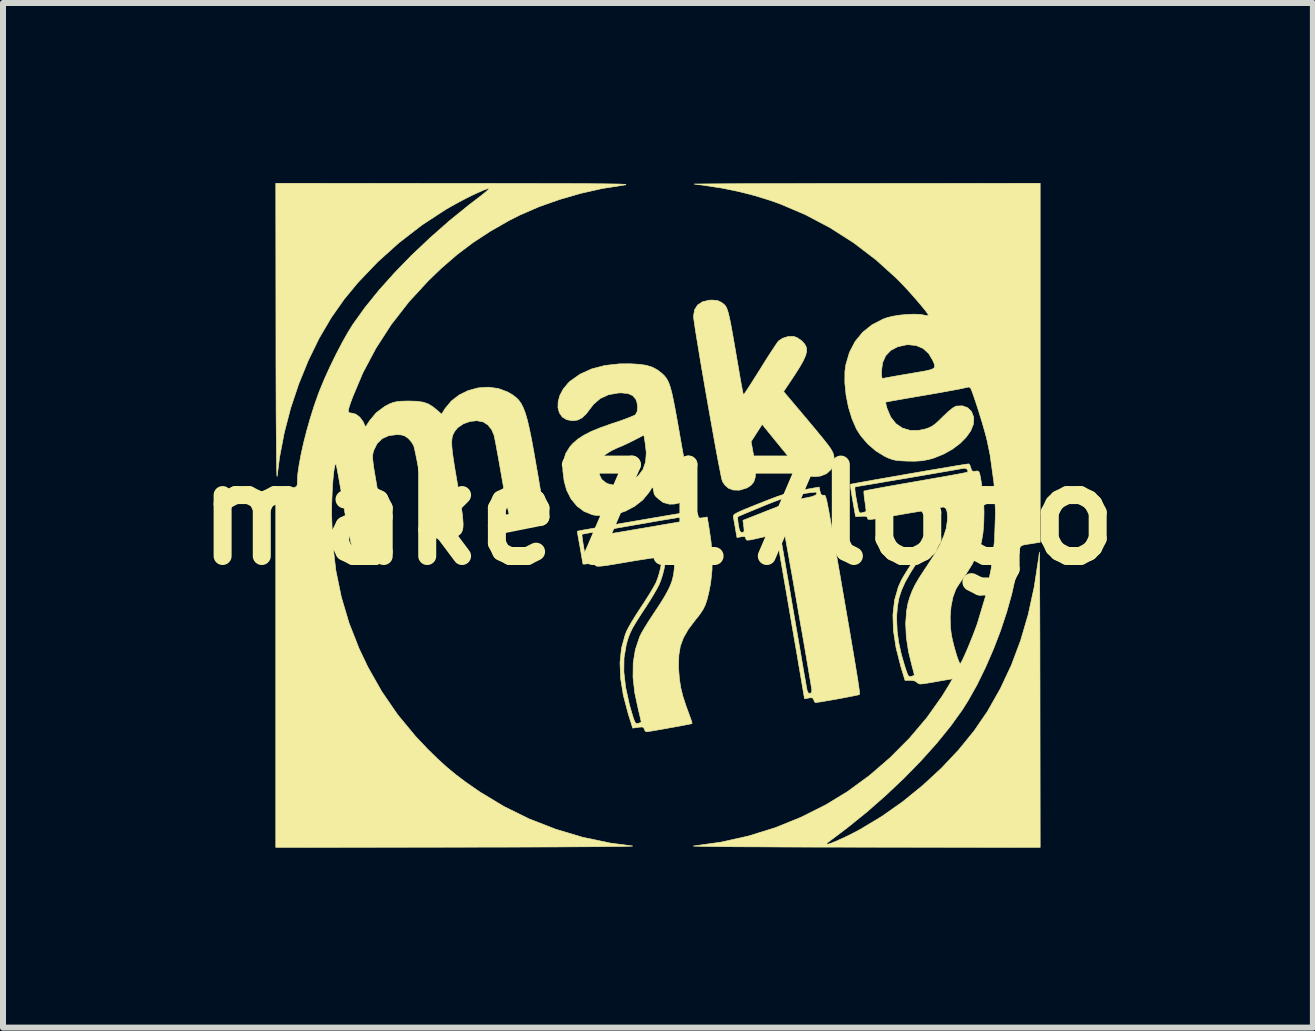
<source format=kicad_pcb>
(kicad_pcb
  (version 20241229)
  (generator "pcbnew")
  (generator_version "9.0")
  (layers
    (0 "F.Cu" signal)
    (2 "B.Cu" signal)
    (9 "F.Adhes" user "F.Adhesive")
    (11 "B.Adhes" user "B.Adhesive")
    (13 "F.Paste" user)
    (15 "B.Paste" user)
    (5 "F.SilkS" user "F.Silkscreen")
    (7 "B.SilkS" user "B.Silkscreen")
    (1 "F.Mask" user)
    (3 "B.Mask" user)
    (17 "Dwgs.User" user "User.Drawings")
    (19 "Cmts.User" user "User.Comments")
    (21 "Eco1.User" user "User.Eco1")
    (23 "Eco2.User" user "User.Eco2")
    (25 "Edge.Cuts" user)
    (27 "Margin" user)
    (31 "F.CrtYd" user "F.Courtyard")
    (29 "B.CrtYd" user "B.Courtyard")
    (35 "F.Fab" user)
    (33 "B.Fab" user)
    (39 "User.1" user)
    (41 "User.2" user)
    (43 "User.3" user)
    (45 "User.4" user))
  (footprint "make717logo"
    (layer "F.Cu")
    (at 7.918 5.529)
    (property "Reference" "make717logo" (at 0 0 0) (layer "F.SilkS") (effects (font (size 1.524 1.524) (thickness 0.3))))
    (attr through_hole)
    (fp_poly (pts (xy 0.996 -3.568) (xy 1.062 -3.536) (xy 1.066 -3.533) (xy 1.089 -3.515) (xy 1.109 -3.498) (xy 1.126 -3.478) (xy 1.142 -3.452) (xy 1.156 -3.415) (xy 1.172 -3.365) (xy 1.188 -3.298) (xy 1.207 -3.211) (xy 1.228 -3.098) (xy 1.253 -2.958) (xy 1.283 -2.787) (xy 1.318 -2.58) (xy 1.354 -2.373) (xy 1.374 -2.254) (xy 1.393 -2.15) (xy 1.409 -2.068) (xy 1.42 -2.015) (xy 1.425 -1.997) (xy 1.437 -2.012) (xy 1.469 -2.058) (xy 1.517 -2.131) (xy 1.577 -2.225) (xy 1.647 -2.336) (xy 1.699 -2.418) (xy 1.776 -2.542) (xy 1.848 -2.655) (xy 1.912 -2.753) (xy 1.963 -2.83) (xy 1.997 -2.879) (xy 2.009 -2.894) (xy 2.077 -2.94) (xy 2.165 -2.968) (xy 2.255 -2.972) (xy 2.269 -2.97) (xy 2.323 -2.948) (xy 2.384 -2.906) (xy 2.404 -2.889) (xy 2.448 -2.84) (xy 2.473 -2.789) (xy 2.479 -2.73) (xy 2.464 -2.66) (xy 2.426 -2.573) (xy 2.365 -2.464) (xy 2.279 -2.329) (xy 2.24 -2.27) (xy 2.094 -2.052) (xy 2.46 -1.618) (xy 2.585 -1.469) (xy 2.685 -1.348) (xy 2.764 -1.252) (xy 2.823 -1.177) (xy 2.867 -1.118) (xy 2.896 -1.071) (xy 2.915 -1.034) (xy 2.927 -1.001) (xy 2.933 -0.969) (xy 2.935 -0.948) (xy 2.927 -0.841) (xy 2.884 -0.751) (xy 2.81 -0.684) (xy 2.711 -0.644) (xy 2.63 -0.635) (xy 2.557 -0.639) (xy 2.494 -0.656) (xy 2.434 -0.689) (xy 2.37 -0.743) (xy 2.295 -0.823) (xy 2.211 -0.924) (xy 2.126 -1.028) (xy 2.034 -1.14) (xy 1.948 -1.245) (xy 1.88 -1.329) (xy 1.737 -1.505) (xy 1.644 -1.361) (xy 1.552 -1.217) (xy 1.591 -1.005) (xy 1.616 -0.845) (xy 1.627 -0.719) (xy 1.621 -0.622) (xy 1.598 -0.549) (xy 1.556 -0.495) (xy 1.496 -0.453) (xy 1.475 -0.443) (xy 1.358 -0.408) (xy 1.251 -0.411) (xy 1.173 -0.442) (xy 1.118 -0.49) (xy 1.076 -0.551) (xy 1.075 -0.553) (xy 1.065 -0.586) (xy 1.05 -0.655) (xy 1.03 -0.758) (xy 1.004 -0.89) (xy 0.975 -1.045) (xy 0.943 -1.221) (xy 0.909 -1.412) (xy 0.873 -1.614) (xy 0.836 -1.823) (xy 0.799 -2.034) (xy 0.763 -2.243) (xy 0.728 -2.445) (xy 0.696 -2.637) (xy 0.667 -2.813) (xy 0.641 -2.97) (xy 0.62 -3.102) (xy 0.605 -3.207) (xy 0.595 -3.278) (xy 0.593 -3.31) (xy 0.61 -3.415) (xy 0.661 -3.495) (xy 0.744 -3.549) (xy 0.856 -3.575) (xy 0.905 -3.577) (xy 0.996 -3.568)) (stroke (width 0.01) (type solid)) (fill yes) (layer "F.SilkS"))
    (fp_poly (pts (xy -0.309 -2.506) (xy -0.193 -2.489) (xy -0.099 -2.46) (xy -0.017 -2.418) (xy 0.061 -2.358) (xy 0.068 -2.352) (xy 0.103 -2.319) (xy 0.133 -2.283) (xy 0.16 -2.24) (xy 0.185 -2.185) (xy 0.208 -2.115) (xy 0.232 -2.025) (xy 0.257 -1.91) (xy 0.285 -1.767) (xy 0.317 -1.591) (xy 0.355 -1.377) (xy 0.357 -1.362) (xy 0.388 -1.187) (xy 0.417 -1.025) (xy 0.444 -0.878) (xy 0.467 -0.753) (xy 0.486 -0.656) (xy 0.5 -0.59) (xy 0.507 -0.563) (xy 0.525 -0.485) (xy 0.527 -0.399) (xy 0.515 -0.322) (xy 0.497 -0.282) (xy 0.444 -0.235) (xy 0.365 -0.199) (xy 0.275 -0.177) (xy 0.19 -0.175) (xy 0.087 -0.203) (xy 0.012 -0.26) (xy -0.045 -0.351) (xy -0.049 -0.361) (xy -0.092 -0.463) (xy -0.148 -0.374) (xy -0.252 -0.247) (xy -0.387 -0.141) (xy -0.543 -0.059) (xy -0.711 -0.004) (xy -0.885 0.02) (xy -1.054 0.009) (xy -1.094 0.001) (xy -1.23 -0.053) (xy -1.349 -0.142) (xy -1.448 -0.262) (xy -1.522 -0.408) (xy -1.564 -0.56) (xy -1.586 -0.737) (xy -1.58 -0.845) (xy -0.994 -0.845) (xy -0.992 -0.778) (xy -0.991 -0.764) (xy -0.974 -0.661) (xy -0.938 -0.588) (xy -0.875 -0.536) (xy -0.836 -0.515) (xy -0.747 -0.494) (xy -0.638 -0.499) (xy -0.524 -0.528) (xy -0.438 -0.567) (xy -0.327 -0.649) (xy -0.25 -0.753) (xy -0.206 -0.88) (xy -0.195 -1.033) (xy -0.211 -1.179) (xy -0.235 -1.327) (xy -0.388 -1.247) (xy -0.486 -1.198) (xy -0.594 -1.148) (xy -0.685 -1.11) (xy -0.779 -1.065) (xy -0.867 -1.01) (xy -0.915 -0.971) (xy -0.962 -0.925) (xy -0.987 -0.888) (xy -0.994 -0.845) (xy -1.58 -0.845) (xy -1.577 -0.888) (xy -1.538 -1.018) (xy -1.467 -1.133) (xy -1.417 -1.188) (xy -1.337 -1.258) (xy -1.237 -1.323) (xy -1.115 -1.386) (xy -0.962 -1.449) (xy -0.775 -1.515) (xy -0.72 -1.533) (xy -0.61 -1.57) (xy -0.512 -1.606) (xy -0.435 -1.637) (xy -0.386 -1.659) (xy -0.376 -1.666) (xy -0.348 -1.716) (xy -0.339 -1.788) (xy -0.349 -1.867) (xy -0.369 -1.924) (xy -0.42 -1.984) (xy -0.499 -2.019) (xy -0.609 -2.03) (xy -0.662 -2.028) (xy -0.824 -2) (xy -0.96 -1.938) (xy -1.074 -1.84) (xy -1.122 -1.778) (xy -1.198 -1.678) (xy -1.268 -1.613) (xy -1.339 -1.577) (xy -1.42 -1.566) (xy -1.422 -1.566) (xy -1.521 -1.583) (xy -1.595 -1.628) (xy -1.643 -1.697) (xy -1.667 -1.783) (xy -1.664 -1.881) (xy -1.636 -1.986) (xy -1.58 -2.092) (xy -1.498 -2.192) (xy -1.465 -2.224) (xy -1.3 -2.341) (xy -1.106 -2.429) (xy -0.885 -2.487) (xy -0.639 -2.514) (xy -0.458 -2.515) (xy -0.309 -2.506)) (stroke (width 0.01) (type solid)) (fill yes) (layer "F.SilkS"))
    (fp_poly (pts (xy 2.701 -0.389) (xy 2.716 -0.34) (xy 2.742 -0.323) (xy 2.758 -0.323) (xy 2.767 -0.325) (xy 2.774 -0.325) (xy 2.782 -0.322) (xy 2.789 -0.312) (xy 2.797 -0.292) (xy 2.806 -0.26) (xy 2.818 -0.212) (xy 2.831 -0.145) (xy 2.848 -0.058) (xy 2.868 0.054) (xy 2.893 0.193) (xy 2.922 0.362) (xy 2.957 0.564) (xy 2.998 0.801) (xy 3.046 1.077) (xy 3.048 1.09) (xy 3.105 1.42) (xy 3.155 1.711) (xy 3.199 1.965) (xy 3.236 2.185) (xy 3.268 2.372) (xy 3.294 2.529) (xy 3.315 2.659) (xy 3.332 2.764) (xy 3.344 2.846) (xy 3.353 2.908) (xy 3.358 2.951) (xy 3.361 2.98) (xy 3.36 2.994) (xy 3.359 2.998) (xy 3.336 3.005) (xy 3.28 3.017) (xy 3.198 3.033) (xy 3.1 3.052) (xy 2.993 3.072) (xy 2.885 3.091) (xy 2.786 3.108) (xy 2.703 3.122) (xy 2.644 3.13) (xy 2.622 3.132) (xy 2.607 3.115) (xy 2.597 3.088) (xy 2.582 3.058) (xy 2.551 3.051) (xy 2.514 3.056) (xy 2.443 3.069) (xy 2.406 2.852) (xy 2.38 2.698) (xy 2.35 2.523) (xy 2.318 2.333) (xy 2.283 2.131) (xy 2.247 1.922) (xy 2.211 1.71) (xy 2.175 1.5) (xy 2.14 1.295) (xy 2.106 1.101) (xy 2.075 0.92) (xy 2.047 0.758) (xy 2.023 0.618) (xy 2.003 0.505) (xy 1.989 0.423) (xy 1.981 0.377) (xy 1.979 0.369) (xy 1.976 0.352) (xy 2.041 0.352) (xy 2.042 0.365) (xy 2.047 0.394) (xy 2.059 0.461) (xy 2.077 0.562) (xy 2.1 0.693) (xy 2.127 0.851) (xy 2.158 1.032) (xy 2.193 1.231) (xy 2.229 1.446) (xy 2.264 1.651) (xy 2.303 1.876) (xy 2.34 2.089) (xy 2.374 2.287) (xy 2.404 2.466) (xy 2.431 2.622) (xy 2.454 2.751) (xy 2.471 2.849) (xy 2.483 2.913) (xy 2.488 2.938) (xy 2.509 2.976) (xy 2.539 2.981) (xy 2.561 2.958) (xy 2.565 2.92) (xy 2.557 2.874) (xy 2.544 2.793) (xy 2.525 2.682) (xy 2.502 2.544) (xy 2.475 2.385) (xy 2.445 2.209) (xy 2.412 2.02) (xy 2.377 1.822) (xy 2.342 1.62) (xy 2.307 1.417) (xy 2.272 1.219) (xy 2.239 1.029) (xy 2.207 0.852) (xy 2.179 0.693) (xy 2.154 0.554) (xy 2.134 0.442) (xy 2.119 0.359) (xy 2.11 0.312) (xy 2.107 0.301) (xy 2.079 0.294) (xy 2.052 0.316) (xy 2.041 0.352) (xy 1.976 0.352) (xy 1.969 0.324) (xy 1.72 0.381) (xy 1.615 0.405) (xy 1.545 0.42) (xy 1.501 0.425) (xy 1.478 0.423) (xy 1.468 0.412) (xy 1.464 0.397) (xy 1.452 0.37) (xy 1.421 0.364) (xy 1.387 0.369) (xy 1.317 0.382) (xy 1.292 0.239) (xy 1.278 0.157) (xy 1.265 0.085) (xy 1.26 0.056) (xy 1.328 0.056) (xy 1.332 0.109) (xy 1.34 0.168) (xy 1.354 0.241) (xy 1.369 0.28) (xy 1.39 0.295) (xy 1.402 0.296) (xy 1.426 0.292) (xy 1.436 0.271) (xy 1.433 0.224) (xy 1.43 0.196) (xy 1.416 0.095) (xy 1.857 -0.079) (xy 2.053 -0.155) (xy 2.215 -0.212) (xy 2.345 -0.253) (xy 2.445 -0.276) (xy 2.463 -0.279) (xy 2.564 -0.3) (xy 2.627 -0.325) (xy 2.649 -0.352) (xy 2.639 -0.374) (xy 2.614 -0.375) (xy 2.557 -0.369) (xy 2.475 -0.358) (xy 2.377 -0.341) (xy 2.374 -0.341) (xy 2.269 -0.32) (xy 2.171 -0.296) (xy 2.069 -0.265) (xy 1.955 -0.224) (xy 1.817 -0.17) (xy 1.732 -0.135) (xy 1.613 -0.086) (xy 1.507 -0.042) (xy 1.421 -0.006) (xy 1.361 0.02) (xy 1.333 0.032) (xy 1.332 0.033) (xy 1.328 0.056) (xy 1.26 0.056) (xy 1.258 0.042) (xy 1.256 0.025) (xy 1.262 0.008) (xy 1.28 -0.009) (xy 1.315 -0.029) (xy 1.37 -0.056) (xy 1.452 -0.091) (xy 1.565 -0.137) (xy 1.688 -0.186) (xy 1.845 -0.248) (xy 1.972 -0.296) (xy 2.078 -0.332) (xy 2.172 -0.361) (xy 2.264 -0.383) (xy 2.362 -0.403) (xy 2.407 -0.411) (xy 2.687 -0.46) (xy 2.701 -0.389)) (stroke (width 0.01) (type solid)) (fill yes) (layer "F.SilkS"))
    (fp_poly (pts (xy 0.648 -0.045) (xy 0.663 -0.001) (xy 0.664 0.001) (xy 0.676 0.044) (xy 0.699 0.058) (xy 0.748 0.052) (xy 0.749 0.052) (xy 0.82 0.039) (xy 0.845 0.181) (xy 0.885 0.453) (xy 0.904 0.697) (xy 0.901 0.923) (xy 0.878 1.14) (xy 0.848 1.295) (xy 0.819 1.412) (xy 0.789 1.503) (xy 0.75 1.583) (xy 0.696 1.664) (xy 0.619 1.761) (xy 0.614 1.767) (xy 0.503 1.915) (xy 0.424 2.053) (xy 0.373 2.191) (xy 0.348 2.342) (xy 0.342 2.516) (xy 0.345 2.581) (xy 0.357 2.737) (xy 0.379 2.881) (xy 0.415 3.027) (xy 0.467 3.187) (xy 0.511 3.307) (xy 0.539 3.383) (xy 0.56 3.444) (xy 0.568 3.478) (xy 0.568 3.482) (xy 0.546 3.488) (xy 0.49 3.499) (xy 0.409 3.515) (xy 0.311 3.533) (xy 0.203 3.552) (xy 0.094 3.572) (xy -0.009 3.59) (xy -0.097 3.605) (xy -0.162 3.615) (xy -0.196 3.619) (xy -0.197 3.619) (xy -0.217 3.602) (xy -0.227 3.575) (xy -0.24 3.548) (xy -0.266 3.539) (xy -0.318 3.543) (xy -0.33 3.545) (xy -0.421 3.558) (xy -0.496 3.319) (xy -0.577 3.013) (xy -0.623 2.728) (xy -0.627 2.621) (xy -0.569 2.621) (xy -0.539 2.88) (xy -0.477 3.163) (xy -0.435 3.31) (xy -0.408 3.397) (xy -0.388 3.45) (xy -0.37 3.477) (xy -0.352 3.484) (xy -0.332 3.48) (xy -0.294 3.467) (xy -0.28 3.461) (xy -0.282 3.44) (xy -0.294 3.387) (xy -0.312 3.311) (xy -0.326 3.253) (xy -0.387 2.97) (xy -0.416 2.71) (xy -0.413 2.471) (xy -0.377 2.25) (xy -0.308 2.043) (xy -0.299 2.022) (xy -0.269 1.964) (xy -0.221 1.882) (xy -0.162 1.786) (xy -0.097 1.687) (xy -0.088 1.673) (xy 0.013 1.521) (xy 0.091 1.398) (xy 0.15 1.295) (xy 0.194 1.208) (xy 0.226 1.129) (xy 0.241 1.081) (xy 0.26 1) (xy 0.271 0.909) (xy 0.275 0.82) (xy 0.272 0.743) (xy 0.262 0.688) (xy 0.247 0.665) (xy 0.21 0.664) (xy 0.166 0.675) (xy 0.128 0.694) (xy 0.114 0.714) (xy 0.115 0.718) (xy 0.122 0.757) (xy 0.116 0.826) (xy 0.1 0.912) (xy 0.076 1.006) (xy 0.047 1.096) (xy 0.021 1.16) (xy -0.015 1.231) (xy -0.069 1.325) (xy -0.134 1.432) (xy -0.203 1.54) (xy -0.221 1.566) (xy -0.308 1.7) (xy -0.375 1.807) (xy -0.426 1.894) (xy -0.463 1.971) (xy -0.492 2.044) (xy -0.516 2.121) (xy -0.53 2.175) (xy -0.566 2.387) (xy -0.569 2.621) (xy -0.627 2.621) (xy -0.633 2.466) (xy -0.608 2.225) (xy -0.547 2.004) (xy -0.52 1.937) (xy -0.489 1.877) (xy -0.44 1.791) (xy -0.378 1.69) (xy -0.309 1.583) (xy -0.279 1.537) (xy -0.209 1.43) (xy -0.142 1.324) (xy -0.085 1.229) (xy -0.044 1.155) (xy -0.032 1.132) (xy -0.005 1.062) (xy 0.021 0.978) (xy 0.043 0.89) (xy 0.058 0.809) (xy 0.064 0.745) (xy 0.06 0.709) (xy 0.058 0.707) (xy 0.035 0.707) (xy -0.025 0.714) (xy -0.115 0.726) (xy -0.229 0.743) (xy -0.362 0.764) (xy -0.488 0.785) (xy -0.651 0.813) (xy -0.778 0.834) (xy -0.872 0.849) (xy -0.941 0.857) (xy -0.987 0.86) (xy -1.017 0.859) (xy -1.035 0.852) (xy -1.046 0.842) (xy -1.048 0.84) (xy -1.076 0.817) (xy -1.12 0.812) (xy -1.162 0.817) (xy -1.216 0.824) (xy -1.247 0.824) (xy -1.25 0.823) (xy -1.254 0.8) (xy -1.264 0.744) (xy -1.278 0.662) (xy -1.295 0.563) (xy -1.298 0.546) (xy -1.337 0.329) (xy -1.267 0.329) (xy -1.267 0.352) (xy -1.26 0.407) (xy -1.248 0.485) (xy -1.237 0.551) (xy -1.22 0.647) (xy -1.207 0.708) (xy -1.194 0.742) (xy -1.18 0.755) (xy -1.159 0.754) (xy -1.145 0.751) (xy -1.101 0.738) (xy -1.082 0.729) (xy -1.081 0.706) (xy -1.086 0.651) (xy -1.097 0.577) (xy -1.1 0.559) (xy -1.11 0.48) (xy -1.113 0.418) (xy -1.11 0.384) (xy -1.108 0.382) (xy -1.082 0.374) (xy -1.022 0.36) (xy -0.933 0.343) (xy -0.822 0.323) (xy -0.697 0.301) (xy -0.688 0.3) (xy -0.527 0.273) (xy -0.342 0.241) (xy -0.15 0.209) (xy 0.033 0.177) (xy 0.138 0.159) (xy 0.267 0.137) (xy 0.384 0.117) (xy 0.48 0.101) (xy 0.549 0.09) (xy 0.585 0.085) (xy 0.587 0.085) (xy 0.609 0.069) (xy 0.613 0.037) (xy 0.598 0.014) (xy 0.574 0.015) (xy 0.513 0.022) (xy 0.423 0.035) (xy 0.308 0.053) (xy 0.175 0.075) (xy 0.053 0.095) (xy -0.215 0.142) (xy -0.444 0.181) (xy -0.637 0.215) (xy -0.798 0.243) (xy -0.929 0.265) (xy -1.033 0.284) (xy -1.113 0.298) (xy -1.173 0.309) (xy -1.215 0.317) (xy -1.243 0.322) (xy -1.259 0.326) (xy -1.266 0.329) (xy -1.267 0.329) (xy -1.337 0.329) (xy -1.346 0.277) (xy -1.292 0.265) (xy -1.256 0.258) (xy -1.184 0.246) (xy -1.083 0.228) (xy -0.956 0.206) (xy -0.811 0.181) (xy -0.65 0.153) (xy -0.481 0.124) (xy -0.306 0.094) (xy -0.133 0.064) (xy 0.034 0.036) (xy 0.191 0.009) (xy 0.331 -0.014) (xy 0.45 -0.034) (xy 0.543 -0.05) (xy 0.605 -0.06) (xy 0.63 -0.063) (xy 0.63 -0.064) (xy 0.648 -0.045)) (stroke (width 0.01) (type solid)) (fill yes) (layer "F.SilkS"))
    (fp_poly (pts (xy -3.36 -5.522) (xy -2.941 -5.522) (xy -2.562 -5.521) (xy -2.222 -5.521) (xy -1.92 -5.52) (xy -1.652 -5.52) (xy -1.418 -5.519) (xy -1.216 -5.518) (xy -1.044 -5.516) (xy -0.9 -5.515) (xy -0.783 -5.513) (xy -0.691 -5.512) (xy -0.621 -5.51) (xy -0.573 -5.507) (xy -0.545 -5.505) (xy -0.534 -5.502) (xy -0.539 -5.498) (xy -0.559 -5.495) (xy -0.577 -5.492) (xy -0.928 -5.437) (xy -1.287 -5.356) (xy -1.643 -5.253) (xy -1.985 -5.132) (xy -2.303 -4.994) (xy -2.477 -4.906) (xy -2.794 -4.725) (xy -3.08 -4.538) (xy -3.348 -4.336) (xy -3.608 -4.111) (xy -3.822 -3.906) (xy -4.152 -3.548) (xy -4.446 -3.17) (xy -4.702 -2.774) (xy -4.921 -2.361) (xy -5.088 -1.964) (xy -5.128 -1.856) (xy -5.152 -1.781) (xy -5.161 -1.734) (xy -5.155 -1.707) (xy -5.136 -1.696) (xy -5.104 -1.693) (xy -5.038 -1.675) (xy -4.971 -1.625) (xy -4.917 -1.553) (xy -4.903 -1.524) (xy -4.876 -1.46) (xy -4.808 -1.565) (xy -4.696 -1.699) (xy -4.552 -1.806) (xy -4.473 -1.847) (xy -4.416 -1.869) (xy -4.356 -1.883) (xy -4.281 -1.891) (xy -4.179 -1.894) (xy -4.149 -1.894) (xy -4.017 -1.89) (xy -3.915 -1.875) (xy -3.83 -1.846) (xy -3.75 -1.797) (xy -3.677 -1.737) (xy -3.607 -1.675) (xy -3.549 -1.768) (xy -3.444 -1.895) (xy -3.312 -1.996) (xy -3.161 -2.07) (xy -2.997 -2.113) (xy -2.828 -2.125) (xy -2.662 -2.103) (xy -2.506 -2.045) (xy -2.492 -2.037) (xy -2.427 -1.999) (xy -2.372 -1.958) (xy -2.323 -1.911) (xy -2.281 -1.852) (xy -2.244 -1.779) (xy -2.209 -1.686) (xy -2.176 -1.572) (xy -2.143 -1.43) (xy -2.108 -1.259) (xy -2.07 -1.052) (xy -2.033 -0.839) (xy -1.998 -0.639) (xy -1.971 -0.477) (xy -1.95 -0.347) (xy -1.935 -0.246) (xy -1.925 -0.168) (xy -1.92 -0.11) (xy -1.918 -0.066) (xy -1.921 -0.034) (xy -1.926 -0.007) (xy -1.93 0.007) (xy -1.979 0.097) (xy -2.057 0.159) (xy -2.161 0.188) (xy -2.203 0.191) (xy -2.277 0.185) (xy -2.342 0.172) (xy -2.36 0.166) (xy -2.392 0.148) (xy -2.419 0.124) (xy -2.444 0.088) (xy -2.466 0.038) (xy -2.488 -0.032) (xy -2.511 -0.126) (xy -2.537 -0.249) (xy -2.565 -0.404) (xy -2.599 -0.597) (xy -2.602 -0.614) (xy -2.63 -0.776) (xy -2.657 -0.928) (xy -2.682 -1.064) (xy -2.703 -1.179) (xy -2.72 -1.265) (xy -2.731 -1.318) (xy -2.733 -1.325) (xy -2.773 -1.419) (xy -2.837 -1.497) (xy -2.913 -1.546) (xy -2.914 -1.546) (xy -3.019 -1.566) (xy -3.133 -1.554) (xy -3.243 -1.515) (xy -3.335 -1.453) (xy -3.38 -1.401) (xy -3.405 -1.36) (xy -3.423 -1.319) (xy -3.434 -1.271) (xy -3.439 -1.212) (xy -3.436 -1.137) (xy -3.427 -1.041) (xy -3.41 -0.92) (xy -3.386 -0.768) (xy -3.354 -0.581) (xy -3.345 -0.528) (xy -3.31 -0.325) (xy -3.283 -0.159) (xy -3.264 -0.027) (xy -3.253 0.078) (xy -3.248 0.158) (xy -3.251 0.219) (xy -3.261 0.265) (xy -3.278 0.3) (xy -3.294 0.321) (xy -3.366 0.376) (xy -3.458 0.411) (xy -3.556 0.424) (xy -3.647 0.412) (xy -3.71 0.381) (xy -3.736 0.357) (xy -3.759 0.325) (xy -3.781 0.282) (xy -3.802 0.222) (xy -3.823 0.142) (xy -3.846 0.037) (xy -3.872 -0.096) (xy -3.903 -0.263) (xy -3.937 -0.462) (xy -3.965 -0.622) (xy -3.993 -0.772) (xy -4.018 -0.905) (xy -4.04 -1.015) (xy -4.058 -1.097) (xy -4.07 -1.145) (xy -4.072 -1.151) (xy -4.108 -1.21) (xy -4.159 -1.268) (xy -4.169 -1.276) (xy -4.22 -1.312) (xy -4.276 -1.329) (xy -4.352 -1.334) (xy -4.488 -1.317) (xy -4.599 -1.267) (xy -4.682 -1.185) (xy -4.737 -1.073) (xy -4.743 -1.054) (xy -4.75 -1.026) (xy -4.755 -1) (xy -4.757 -0.971) (xy -4.756 -0.934) (xy -4.751 -0.883) (xy -4.743 -0.816) (xy -4.729 -0.726) (xy -4.709 -0.61) (xy -4.684 -0.462) (xy -4.652 -0.278) (xy -4.645 -0.233) (xy -4.619 -0.083) (xy -4.596 0.056) (xy -4.577 0.179) (xy -4.562 0.278) (xy -4.553 0.347) (xy -4.551 0.377) (xy -4.57 0.479) (xy -4.625 0.561) (xy -4.706 0.615) (xy -4.82 0.649) (xy -4.925 0.648) (xy -5.015 0.612) (xy -5.085 0.543) (xy -5.106 0.505) (xy -5.118 0.467) (xy -5.135 0.392) (xy -5.157 0.288) (xy -5.183 0.159) (xy -5.211 0.012) (xy -5.239 -0.147) (xy -5.248 -0.201) (xy -5.276 -0.359) (xy -5.302 -0.504) (xy -5.324 -0.629) (xy -5.343 -0.731) (xy -5.357 -0.802) (xy -5.365 -0.84) (xy -5.367 -0.844) (xy -5.38 -0.837) (xy -5.392 -0.792) (xy -5.404 -0.715) (xy -5.415 -0.611) (xy -5.425 -0.486) (xy -5.432 -0.343) (xy -5.438 -0.189) (xy -5.44 -0.027) (xy -5.44 0.005) (xy -5.422 0.479) (xy -5.369 0.934) (xy -5.278 1.375) (xy -5.15 1.806) (xy -4.982 2.233) (xy -4.837 2.538) (xy -4.605 2.948) (xy -4.34 3.334) (xy -4.038 3.699) (xy -3.832 3.916) (xy -3.669 4.075) (xy -3.518 4.212) (xy -3.366 4.337) (xy -3.203 4.46) (xy -3.016 4.59) (xy -2.963 4.626) (xy -2.567 4.865) (xy -2.148 5.071) (xy -1.71 5.242) (xy -1.259 5.377) (xy -0.798 5.474) (xy -0.423 5.523) (xy -0.423 5.525) (xy -0.462 5.527) (xy -0.54 5.529) (xy -0.654 5.531) (xy -0.801 5.532) (xy -0.981 5.534) (xy -1.191 5.536) (xy -1.428 5.537) (xy -1.691 5.539) (xy -1.978 5.54) (xy -2.286 5.541) (xy -2.614 5.542) (xy -2.959 5.542) (xy -3.307 5.543) (xy -6.371 5.546) (xy -6.371 -0.398) (xy -6.218 -0.423) (xy -6.124 -0.438) (xy -6.064 -0.451) (xy -6.03 -0.467) (xy -6.015 -0.49) (xy -6.011 -0.527) (xy -6.011 -0.558) (xy -6.004 -0.678) (xy -5.982 -0.83) (xy -5.949 -1.007) (xy -5.906 -1.201) (xy -5.854 -1.404) (xy -5.795 -1.61) (xy -5.732 -1.811) (xy -5.666 -1.999) (xy -5.641 -2.065) (xy -5.559 -2.263) (xy -5.465 -2.47) (xy -5.364 -2.676) (xy -5.262 -2.872) (xy -5.163 -3.047) (xy -5.083 -3.175) (xy -4.885 -3.451) (xy -4.653 -3.738) (xy -4.391 -4.031) (xy -4.105 -4.325) (xy -3.798 -4.615) (xy -3.478 -4.897) (xy -3.147 -5.165) (xy -3.012 -5.268) (xy -2.933 -5.329) (xy -2.87 -5.38) (xy -2.829 -5.417) (xy -2.815 -5.435) (xy -2.816 -5.436) (xy -2.848 -5.431) (xy -2.909 -5.409) (xy -2.995 -5.371) (xy -3.099 -5.323) (xy -3.213 -5.266) (xy -3.332 -5.203) (xy -3.448 -5.139) (xy -3.537 -5.088) (xy -3.936 -4.827) (xy -4.317 -4.533) (xy -4.676 -4.21) (xy -5.006 -3.864) (xy -5.231 -3.591) (xy -5.448 -3.282) (xy -5.649 -2.939) (xy -5.829 -2.57) (xy -5.988 -2.18) (xy -6.123 -1.776) (xy -6.23 -1.365) (xy -6.309 -0.952) (xy -6.347 -0.646) (xy -6.35 -0.637) (xy -6.353 -0.669) (xy -6.355 -0.742) (xy -6.357 -0.853) (xy -6.359 -1.003) (xy -6.361 -1.188) (xy -6.363 -1.409) (xy -6.365 -1.665) (xy -6.366 -1.953) (xy -6.367 -2.273) (xy -6.368 -2.624) (xy -6.368 -2.99) (xy -6.371 -5.524) (xy -3.36 -5.522)) (stroke (width 0.01) (type solid)) (fill yes) (layer "F.SilkS"))
    (fp_poly (pts (xy 6.371 0.46) (xy 6.202 0.487) (xy 6.129 0.498) (xy 6.079 0.509) (xy 6.048 0.527) (xy 6.028 0.561) (xy 6.017 0.616) (xy 6.007 0.702) (xy 6 0.773) (xy 5.961 1.035) (xy 5.898 1.321) (xy 5.813 1.624) (xy 5.71 1.935) (xy 5.591 2.245) (xy 5.459 2.548) (xy 5.319 2.835) (xy 5.171 3.098) (xy 5.076 3.249) (xy 4.879 3.523) (xy 4.648 3.808) (xy 4.388 4.098) (xy 4.103 4.39) (xy 3.8 4.677) (xy 3.482 4.956) (xy 3.155 5.22) (xy 3.048 5.301) (xy 2.965 5.364) (xy 2.894 5.417) (xy 2.843 5.455) (xy 2.818 5.474) (xy 2.817 5.475) (xy 2.819 5.493) (xy 2.819 5.494) (xy 2.844 5.491) (xy 2.899 5.472) (xy 2.977 5.44) (xy 3.072 5.397) (xy 3.176 5.348) (xy 3.282 5.294) (xy 3.376 5.244) (xy 3.734 5.028) (xy 4.082 4.783) (xy 4.415 4.512) (xy 4.728 4.223) (xy 5.015 3.918) (xy 5.27 3.604) (xy 5.488 3.286) (xy 5.493 3.278) (xy 5.707 2.901) (xy 5.891 2.509) (xy 6.045 2.098) (xy 6.172 1.664) (xy 6.272 1.204) (xy 6.347 0.713) (xy 6.358 0.624) (xy 6.359 0.637) (xy 6.36 0.689) (xy 6.36 0.779) (xy 6.361 0.903) (xy 6.362 1.06) (xy 6.363 1.246) (xy 6.364 1.459) (xy 6.365 1.697) (xy 6.366 1.958) (xy 6.367 2.238) (xy 6.367 2.535) (xy 6.368 2.846) (xy 6.368 3.053) (xy 6.371 5.546) (xy 3.392 5.543) (xy 3.036 5.542) (xy 2.696 5.542) (xy 2.373 5.541) (xy 2.071 5.54) (xy 1.79 5.538) (xy 1.534 5.537) (xy 1.303 5.536) (xy 1.101 5.534) (xy 0.93 5.532) (xy 0.79 5.53) (xy 0.686 5.528) (xy 0.617 5.526) (xy 0.588 5.524) (xy 0.593 5.523) (xy 1.052 5.459) (xy 1.508 5.357) (xy 1.955 5.218) (xy 2.387 5.043) (xy 2.799 4.836) (xy 3.155 4.619) (xy 3.526 4.348) (xy 3.873 4.048) (xy 4.194 3.725) (xy 4.485 3.381) (xy 4.74 3.021) (xy 4.855 2.834) (xy 4.911 2.736) (xy 4.863 2.744) (xy 4.823 2.751) (xy 4.753 2.763) (xy 4.662 2.779) (xy 4.583 2.793) (xy 4.481 2.81) (xy 4.412 2.82) (xy 4.37 2.823) (xy 4.344 2.817) (xy 4.328 2.805) (xy 4.322 2.798) (xy 4.275 2.77) (xy 4.206 2.762) (xy 4.118 2.762) (xy 4.048 2.531) (xy 3.969 2.22) (xy 3.925 1.932) (xy 3.919 1.749) (xy 3.979 1.749) (xy 3.987 1.939) (xy 4.012 2.127) (xy 4.056 2.327) (xy 4.107 2.504) (xy 4.137 2.597) (xy 4.159 2.657) (xy 4.176 2.689) (xy 4.194 2.7) (xy 4.215 2.698) (xy 4.218 2.697) (xy 4.258 2.684) (xy 4.272 2.677) (xy 4.27 2.655) (xy 4.257 2.604) (xy 4.238 2.534) (xy 4.236 2.526) (xy 4.176 2.283) (xy 4.14 2.043) (xy 4.129 1.815) (xy 4.144 1.606) (xy 4.168 1.476) (xy 4.199 1.372) (xy 4.236 1.274) (xy 4.284 1.174) (xy 4.348 1.063) (xy 4.433 0.932) (xy 4.48 0.862) (xy 4.602 0.674) (xy 4.695 0.511) (xy 4.761 0.365) (xy 4.804 0.233) (xy 4.823 0.109) (xy 4.826 0.047) (xy 4.82 -0.046) (xy 4.801 -0.102) (xy 4.769 -0.125) (xy 4.755 -0.127) (xy 4.711 -0.121) (xy 4.683 -0.1) (xy 4.666 -0.056) (xy 4.656 0.019) (xy 4.652 0.069) (xy 4.641 0.165) (xy 4.617 0.26) (xy 4.578 0.362) (xy 4.52 0.475) (xy 4.441 0.608) (xy 4.339 0.766) (xy 4.325 0.786) (xy 4.212 0.962) (xy 4.124 1.116) (xy 4.061 1.255) (xy 4.017 1.39) (xy 3.992 1.527) (xy 3.98 1.675) (xy 3.979 1.749) (xy 3.919 1.749) (xy 3.917 1.667) (xy 3.944 1.424) (xy 4.007 1.204) (xy 4.055 1.098) (xy 4.089 1.036) (xy 4.141 0.951) (xy 4.203 0.854) (xy 4.269 0.755) (xy 4.271 0.752) (xy 4.339 0.648) (xy 4.406 0.541) (xy 4.463 0.443) (xy 4.502 0.369) (xy 4.538 0.282) (xy 4.569 0.185) (xy 4.593 0.088) (xy 4.608 0.004) (xy 4.61 -0.057) (xy 4.607 -0.074) (xy 4.59 -0.08) (xy 4.544 -0.079) (xy 4.468 -0.07) (xy 4.357 -0.054) (xy 4.209 -0.03) (xy 4.082 -0.008) (xy 3.91 0.022) (xy 3.775 0.045) (xy 3.673 0.062) (xy 3.599 0.073) (xy 3.549 0.079) (xy 3.517 0.079) (xy 3.501 0.075) (xy 3.494 0.067) (xy 3.493 0.056) (xy 3.493 0.053) (xy 3.482 0.034) (xy 3.445 0.026) (xy 3.393 0.027) (xy 3.294 0.032) (xy 3.247 -0.233) (xy 3.23 -0.333) (xy 3.217 -0.417) (xy 3.216 -0.427) (xy 3.282 -0.427) (xy 3.288 -0.37) (xy 3.302 -0.281) (xy 3.316 -0.208) (xy 3.332 -0.119) (xy 3.345 -0.064) (xy 3.359 -0.036) (xy 3.375 -0.027) (xy 3.4 -0.031) (xy 3.405 -0.032) (xy 3.449 -0.045) (xy 3.468 -0.053) (xy 3.468 -0.076) (xy 3.462 -0.129) (xy 3.452 -0.204) (xy 3.449 -0.221) (xy 3.438 -0.299) (xy 3.433 -0.359) (xy 3.433 -0.391) (xy 3.434 -0.394) (xy 3.457 -0.399) (xy 3.517 -0.412) (xy 3.61 -0.429) (xy 3.731 -0.452) (xy 3.876 -0.478) (xy 4.041 -0.507) (xy 4.22 -0.538) (xy 4.298 -0.552) (xy 4.483 -0.584) (xy 4.654 -0.614) (xy 4.808 -0.641) (xy 4.939 -0.665) (xy 5.044 -0.684) (xy 5.118 -0.699) (xy 5.156 -0.707) (xy 5.16 -0.708) (xy 5.167 -0.736) (xy 5.145 -0.763) (xy 5.109 -0.775) (xy 5.096 -0.773) (xy 5.066 -0.768) (xy 5 -0.756) (xy 4.904 -0.739) (xy 4.783 -0.718) (xy 4.642 -0.694) (xy 4.487 -0.667) (xy 4.322 -0.639) (xy 4.154 -0.61) (xy 3.986 -0.582) (xy 3.826 -0.555) (xy 3.677 -0.529) (xy 3.545 -0.507) (xy 3.436 -0.489) (xy 3.354 -0.475) (xy 3.305 -0.467) (xy 3.293 -0.466) (xy 3.284 -0.457) (xy 3.282 -0.427) (xy 3.216 -0.427) (xy 3.209 -0.477) (xy 3.208 -0.505) (xy 3.208 -0.506) (xy 3.23 -0.511) (xy 3.288 -0.522) (xy 3.378 -0.538) (xy 3.495 -0.559) (xy 3.633 -0.584) (xy 3.789 -0.611) (xy 3.956 -0.64) (xy 4.13 -0.671) (xy 4.306 -0.701) (xy 4.478 -0.731) (xy 4.643 -0.759) (xy 4.794 -0.784) (xy 4.927 -0.807) (xy 5.037 -0.825) (xy 5.118 -0.838) (xy 5.167 -0.845) (xy 5.178 -0.847) (xy 5.198 -0.828) (xy 5.214 -0.784) (xy 5.215 -0.781) (xy 5.229 -0.736) (xy 5.255 -0.721) (xy 5.29 -0.724) (xy 5.317 -0.728) (xy 5.336 -0.725) (xy 5.351 -0.712) (xy 5.363 -0.68) (xy 5.375 -0.626) (xy 5.389 -0.542) (xy 5.406 -0.423) (xy 5.41 -0.402) (xy 5.428 -0.23) (xy 5.435 -0.047) (xy 5.431 0.134) (xy 5.418 0.302) (xy 5.394 0.444) (xy 5.386 0.476) (xy 5.325 0.648) (xy 5.237 0.828) (xy 5.128 1.002) (xy 5.106 1.032) (xy 5.052 1.108) (xy 5.004 1.18) (xy 4.97 1.235) (xy 4.966 1.242) (xy 4.918 1.369) (xy 4.886 1.524) (xy 4.871 1.694) (xy 4.874 1.867) (xy 4.891 2.002) (xy 4.908 2.086) (xy 4.931 2.179) (xy 4.957 2.273) (xy 4.983 2.36) (xy 5.008 2.429) (xy 5.027 2.474) (xy 5.038 2.487) (xy 5.055 2.462) (xy 5.084 2.405) (xy 5.121 2.324) (xy 5.164 2.225) (xy 5.209 2.115) (xy 5.254 2.003) (xy 5.295 1.895) (xy 5.323 1.818) (xy 5.459 1.365) (xy 5.554 0.901) (xy 5.61 0.429) (xy 5.626 -0.047) (xy 5.601 -0.524) (xy 5.536 -0.997) (xy 5.491 -1.215) (xy 5.471 -1.299) (xy 5.442 -1.405) (xy 5.407 -1.526) (xy 5.368 -1.652) (xy 5.329 -1.778) (xy 5.291 -1.894) (xy 5.257 -1.993) (xy 5.23 -2.068) (xy 5.211 -2.11) (xy 5.21 -2.112) (xy 5.185 -2.128) (xy 5.136 -2.119) (xy 5.132 -2.118) (xy 5.095 -2.109) (xy 5.023 -2.094) (xy 4.921 -2.075) (xy 4.794 -2.052) (xy 4.649 -2.026) (xy 4.49 -1.998) (xy 4.435 -1.989) (xy 4.276 -1.962) (xy 4.132 -1.937) (xy 4.007 -1.915) (xy 3.906 -1.897) (xy 3.835 -1.884) (xy 3.798 -1.876) (xy 3.794 -1.875) (xy 3.797 -1.854) (xy 3.809 -1.805) (xy 3.819 -1.769) (xy 3.88 -1.626) (xy 3.966 -1.517) (xy 4.075 -1.443) (xy 4.203 -1.405) (xy 4.348 -1.405) (xy 4.457 -1.428) (xy 4.519 -1.449) (xy 4.572 -1.476) (xy 4.626 -1.515) (xy 4.691 -1.575) (xy 4.747 -1.63) (xy 4.838 -1.717) (xy 4.912 -1.777) (xy 4.967 -1.808) (xy 4.974 -1.81) (xy 5.076 -1.814) (xy 5.163 -1.782) (xy 5.227 -1.718) (xy 5.262 -1.626) (xy 5.264 -1.612) (xy 5.258 -1.508) (xy 5.214 -1.399) (xy 5.138 -1.291) (xy 5.035 -1.187) (xy 4.908 -1.092) (xy 4.762 -1.01) (xy 4.601 -0.945) (xy 4.51 -0.919) (xy 4.404 -0.899) (xy 4.281 -0.891) (xy 4.15 -0.893) (xy 4.044 -0.898) (xy 3.966 -0.906) (xy 3.903 -0.921) (xy 3.84 -0.944) (xy 3.778 -0.973) (xy 3.634 -1.061) (xy 3.497 -1.179) (xy 3.38 -1.316) (xy 3.308 -1.429) (xy 3.234 -1.6) (xy 3.175 -1.793) (xy 3.135 -1.996) (xy 3.115 -2.197) (xy 3.116 -2.381) (xy 3.725 -2.381) (xy 3.727 -2.313) (xy 3.734 -2.279) (xy 3.749 -2.27) (xy 3.762 -2.273) (xy 3.794 -2.28) (xy 3.86 -2.292) (xy 3.954 -2.309) (xy 4.069 -2.329) (xy 4.196 -2.35) (xy 4.207 -2.352) (xy 4.352 -2.377) (xy 4.46 -2.396) (xy 4.536 -2.414) (xy 4.584 -2.432) (xy 4.608 -2.453) (xy 4.613 -2.479) (xy 4.605 -2.514) (xy 4.586 -2.56) (xy 4.583 -2.567) (xy 4.513 -2.686) (xy 4.419 -2.771) (xy 4.303 -2.82) (xy 4.169 -2.833) (xy 4.141 -2.831) (xy 3.995 -2.799) (xy 3.88 -2.738) (xy 3.796 -2.649) (xy 3.744 -2.533) (xy 3.725 -2.39) (xy 3.725 -2.381) (xy 3.116 -2.381) (xy 3.116 -2.384) (xy 3.132 -2.501) (xy 3.192 -2.705) (xy 3.286 -2.886) (xy 3.412 -3.04) (xy 3.568 -3.165) (xy 3.753 -3.26) (xy 3.81 -3.281) (xy 3.906 -3.306) (xy 4.022 -3.325) (xy 4.147 -3.337) (xy 4.267 -3.342) (xy 4.369 -3.338) (xy 4.429 -3.328) (xy 4.479 -3.318) (xy 4.507 -3.321) (xy 4.508 -3.324) (xy 4.495 -3.351) (xy 4.457 -3.403) (xy 4.399 -3.474) (xy 4.327 -3.559) (xy 4.246 -3.652) (xy 4.16 -3.748) (xy 4.074 -3.84) (xy 3.993 -3.923) (xy 3.98 -3.936) (xy 3.636 -4.247) (xy 3.264 -4.531) (xy 2.869 -4.783) (xy 2.456 -5.001) (xy 2.031 -5.182) (xy 1.873 -5.238) (xy 1.607 -5.32) (xy 1.339 -5.388) (xy 1.058 -5.445) (xy 0.751 -5.492) (xy 0.603 -5.511) (xy 0.616 -5.512) (xy 0.669 -5.512) (xy 0.76 -5.513) (xy 0.886 -5.514) (xy 1.045 -5.515) (xy 1.235 -5.516) (xy 1.453 -5.517) (xy 1.697 -5.518) (xy 1.964 -5.519) (xy 2.252 -5.519) (xy 2.56 -5.52) (xy 2.884 -5.521) (xy 3.222 -5.521) (xy 3.455 -5.521) (xy 6.371 -5.524) (xy 6.371 0.46)) (stroke (width 0.01) (type solid)) (fill yes) (layer "F.SilkS")))
  (gr_rect
    (start -3 -3)
    (end 18.835 14.08)
    (stroke (width 0.1) (type default))
    (fill no)
    (layer "Edge.Cuts")))
</source>
